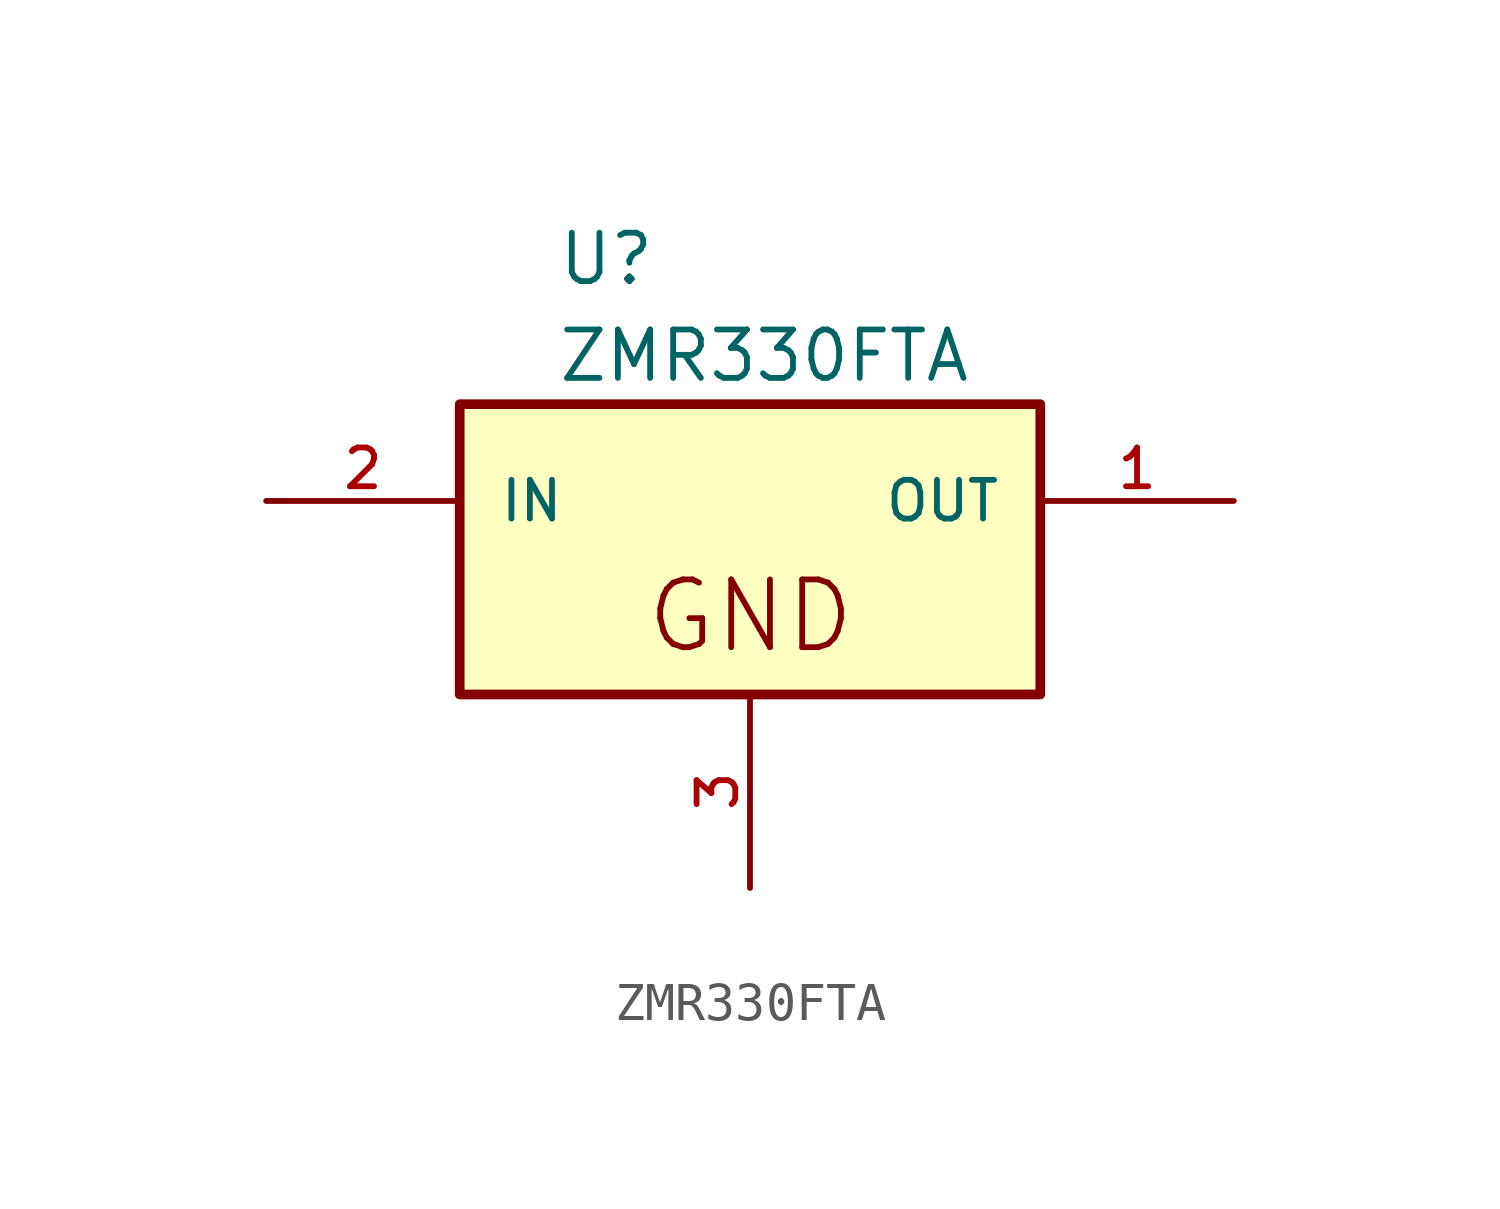
<source format=kicad_sym>
(kicad_symbol_lib
  (version 20231120)
  (generator "kicad_symbol_editor")
  (generator_version "8.0")
  (symbol "ZMR330FTA"
    (pin_names
      (offset 1.016))
    (property "Reference" "U"
      (at 7.62 6.35 0)
      (effects (font (size 1.27 1.27)) (justify left)))
    (property "Value" "ZMR330FTA"
      (at 7.62 3.81 0)
      (effects (font (size 1.27 1.27)) (justify left)))
    (symbol "ZMR330FTA_0_0"
      (rectangle (start 5.08 -5.08) (end 20.32 2.54) (stroke (width 0.254) (type default)) (fill (type background)))
      (text "GND" (at 9.906 -4.064 0) (effects (font (size 1.778 1.778)) (justify left bottom)))
      (pin output line (at 25.4 0 180) (length 5.08) (name "OUT" (effects (font (size 1.016 1.016)))) (number "1" (effects (font (size 1.016 1.016)))))
      (pin input line (at 0 0 0) (length 5.08) (name "IN" (effects (font (size 1.016 1.016)))) (number "2" (effects (font (size 1.016 1.016)))))
      (pin power_in line (at 12.7 -10.16 90) (length 5.08) (name "~" (effects (font (size 1.016 1.016)))) (number "3" (effects (font (size 1.016 1.016))))))))
</source>
